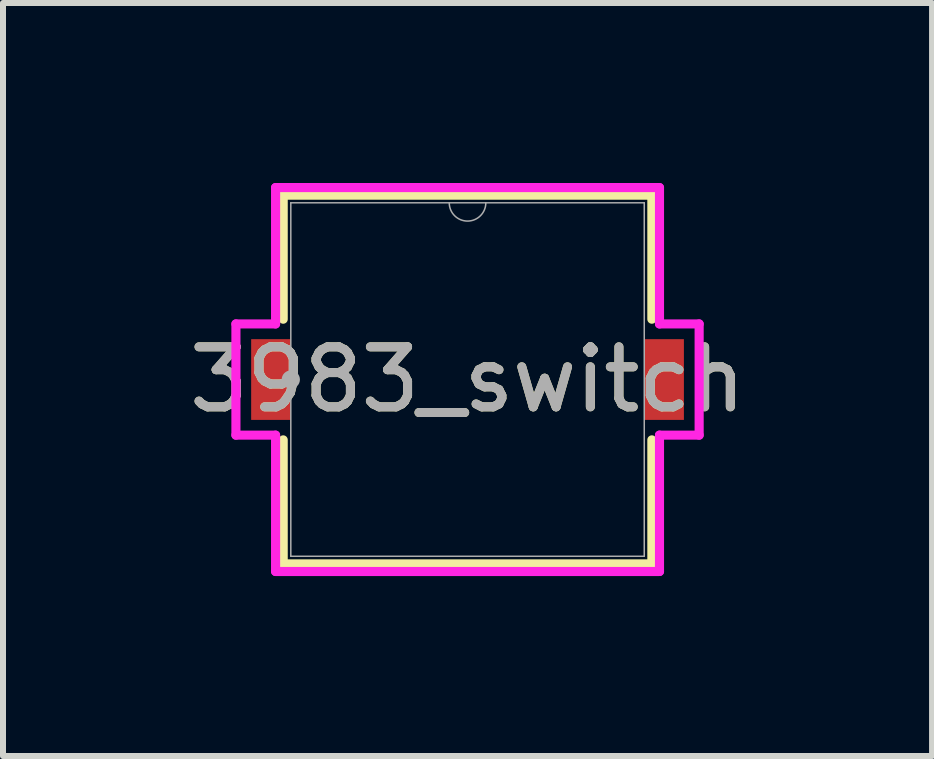
<source format=kicad_pcb>
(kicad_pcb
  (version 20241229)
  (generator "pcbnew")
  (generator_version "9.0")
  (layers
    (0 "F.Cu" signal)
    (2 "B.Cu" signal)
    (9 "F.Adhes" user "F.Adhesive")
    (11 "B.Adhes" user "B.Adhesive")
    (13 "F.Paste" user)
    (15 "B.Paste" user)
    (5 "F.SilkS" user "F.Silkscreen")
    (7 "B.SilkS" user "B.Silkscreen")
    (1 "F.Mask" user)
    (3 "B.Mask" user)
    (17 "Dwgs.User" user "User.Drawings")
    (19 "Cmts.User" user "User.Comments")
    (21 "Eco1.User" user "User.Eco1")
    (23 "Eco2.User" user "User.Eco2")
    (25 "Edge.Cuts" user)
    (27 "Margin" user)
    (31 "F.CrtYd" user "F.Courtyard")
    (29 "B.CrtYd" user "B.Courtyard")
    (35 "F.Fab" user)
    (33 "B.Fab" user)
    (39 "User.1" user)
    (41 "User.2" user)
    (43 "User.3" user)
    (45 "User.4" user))
  (footprint "3983_switch"
    (layer "F.Cu")
    (at 4.744 3.277)
    (property "Reference" "3983_switch" (at 0 0 0) (unlocked yes) (layer "F.SilkS") (effects (font (size 1 1) (thickness 0.15))))
    (attr smd)
    (fp_line (start -3.073 -3.073) (end -3.073 -1.006) (stroke (width 0.152) (type solid)) (layer "F.SilkS"))
    (fp_line (start -3.073 1.006) (end -3.073 3.073) (stroke (width 0.152) (type solid)) (layer "F.SilkS"))
    (fp_line (start -3.073 3.073) (end 3.073 3.073) (stroke (width 0.152) (type solid)) (layer "F.SilkS"))
    (fp_line (start 3.073 -3.073) (end -3.073 -3.073) (stroke (width 0.152) (type solid)) (layer "F.SilkS"))
    (fp_line (start 3.073 -1.006) (end 3.073 -3.073) (stroke (width 0.152) (type solid)) (layer "F.SilkS"))
    (fp_line (start 3.073 3.073) (end 3.073 1.006) (stroke (width 0.152) (type solid)) (layer "F.SilkS"))
    (fp_line (start -3.861 -0.927) (end -3.2 -0.927) (stroke (width 0.152) (type solid)) (layer "F.CrtYd"))
    (fp_line (start -3.861 0.927) (end -3.861 -0.927) (stroke (width 0.152) (type solid)) (layer "F.CrtYd"))
    (fp_line (start -3.861 0.927) (end -3.2 0.927) (stroke (width 0.152) (type solid)) (layer "F.CrtYd"))
    (fp_line (start -3.2 -3.2) (end 3.2 -3.2) (stroke (width 0.152) (type solid)) (layer "F.CrtYd"))
    (fp_line (start -3.2 -0.927) (end -3.2 -3.2) (stroke (width 0.152) (type solid)) (layer "F.CrtYd"))
    (fp_line (start -3.2 3.2) (end -3.2 0.927) (stroke (width 0.152) (type solid)) (layer "F.CrtYd"))
    (fp_line (start 3.2 -3.2) (end 3.2 -0.927) (stroke (width 0.152) (type solid)) (layer "F.CrtYd"))
    (fp_line (start 3.2 0.927) (end 3.2 3.2) (stroke (width 0.152) (type solid)) (layer "F.CrtYd"))
    (fp_line (start 3.2 3.2) (end -3.2 3.2) (stroke (width 0.152) (type solid)) (layer "F.CrtYd"))
    (fp_line (start 3.861 -0.927) (end 3.2 -0.927) (stroke (width 0.152) (type solid)) (layer "F.CrtYd"))
    (fp_line (start 3.861 -0.927) (end 3.861 0.927) (stroke (width 0.152) (type solid)) (layer "F.CrtYd"))
    (fp_line (start 3.861 0.927) (end 3.2 0.927) (stroke (width 0.152) (type solid)) (layer "F.CrtYd"))
    (fp_line (start -2.946 -2.946) (end -2.946 2.946) (stroke (width 0.025) (type solid)) (layer "F.Fab"))
    (fp_line (start -2.946 2.946) (end 2.946 2.946) (stroke (width 0.025) (type solid)) (layer "F.Fab"))
    (fp_line (start 2.946 -2.946) (end -2.946 -2.946) (stroke (width 0.025) (type solid)) (layer "F.Fab"))
    (fp_line (start 2.946 2.946) (end 2.946 -2.946) (stroke (width 0.025) (type solid)) (layer "F.Fab"))
    (fp_arc (start 0.3048 -2.9464) (mid 0 -2.6416) (end -0.3048 -2.9464) (stroke (width 0.0254) (type solid)) (layer "F.Fab"))
    (fp_circle (center -2.946 0) (end -2.946 0) (stroke (width 0.152) (type solid)) (fill no) (layer "F.Fab"))
    (fp_text user "${REFERENCE}" (at 0 0 0) (unlocked yes) (layer "F.Fab") (effects (font (size 1 1) (thickness 0.15))))
    (pad "1" smd rect (at -3.277 0) (size 0.66 1.346) (layers "F.Cu" "F.Mask" "F.Paste"))
    (pad "2" smd rect (at 3.277 0) (size 0.66 1.346) (layers "F.Cu" "F.Mask" "F.Paste")))
  (gr_rect
    (start -3 -3)
    (end 12.488 9.553)
    (stroke (width 0.1) (type default))
    (fill no)
    (layer "Edge.Cuts")))
</source>
